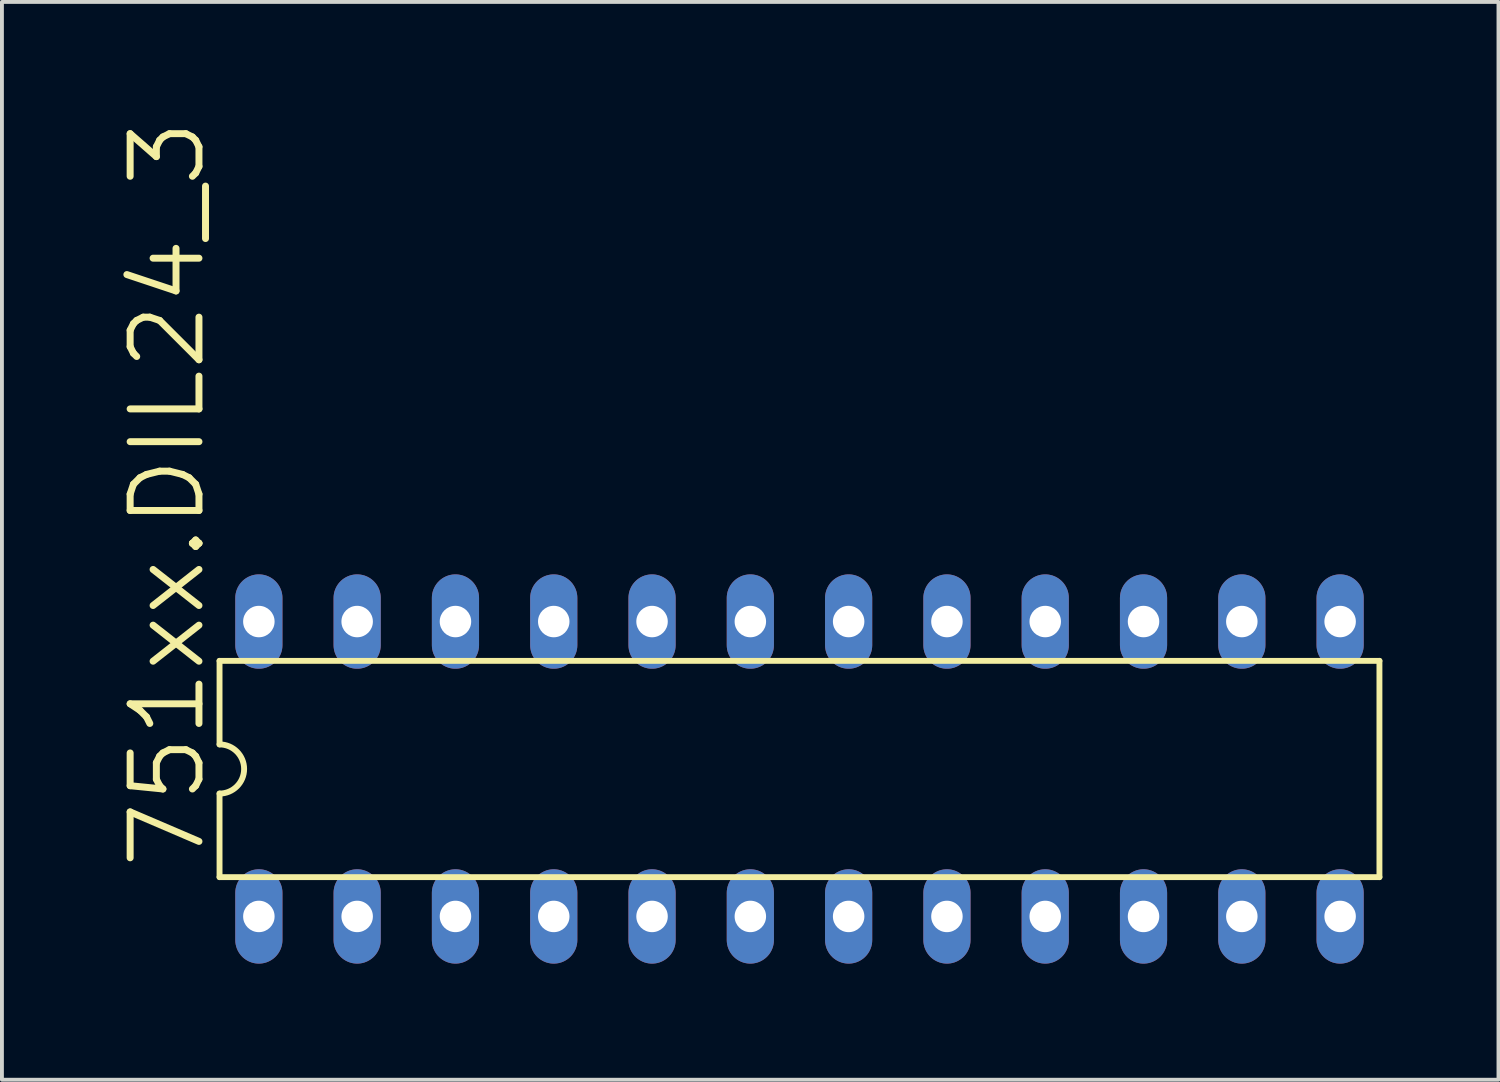
<source format=kicad_pcb>
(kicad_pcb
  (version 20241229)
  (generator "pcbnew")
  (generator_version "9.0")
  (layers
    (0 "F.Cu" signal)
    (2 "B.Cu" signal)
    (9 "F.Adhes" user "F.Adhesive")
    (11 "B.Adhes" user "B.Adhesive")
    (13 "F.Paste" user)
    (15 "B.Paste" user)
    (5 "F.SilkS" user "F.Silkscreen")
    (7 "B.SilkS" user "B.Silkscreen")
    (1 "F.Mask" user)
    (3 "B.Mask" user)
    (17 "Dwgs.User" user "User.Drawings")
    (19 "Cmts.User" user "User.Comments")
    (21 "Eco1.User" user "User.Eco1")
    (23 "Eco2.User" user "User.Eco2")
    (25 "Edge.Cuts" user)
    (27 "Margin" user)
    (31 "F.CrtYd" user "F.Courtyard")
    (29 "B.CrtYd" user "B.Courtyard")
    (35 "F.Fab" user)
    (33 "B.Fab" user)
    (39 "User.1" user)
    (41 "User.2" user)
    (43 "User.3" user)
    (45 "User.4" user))
  (footprint "751xx.DIL24_3"
    (layer "F.Cu")
    (at 17.609 16.821)
    (property "Reference" "751xx.DIL24_3" (at -15.291 2.667 90) (layer "F.SilkS") (effects (font (size 1.778 1.778) (thickness 0.18)) (justify left bottom)))
    (attr through_hole)
    (fp_line (start -14.986 -2.794) (end -14.986 -0.635) (stroke (width 0.152) (type default)) (layer "F.SilkS"))
    (fp_line (start -14.986 -2.794) (end 14.986 -2.794) (stroke (width 0.152) (type default)) (layer "F.SilkS"))
    (fp_line (start -14.986 0.635) (end -14.986 2.794) (stroke (width 0.152) (type default)) (layer "F.SilkS"))
    (fp_line (start -14.986 2.794) (end 14.986 2.794) (stroke (width 0.152) (type default)) (layer "F.SilkS"))
    (fp_line (start 14.986 2.794) (end 14.986 -2.794) (stroke (width 0.152) (type default)) (layer "F.SilkS"))
    (fp_arc (start -14.986 -0.635) (mid -14.351 0) (end -14.986 0.635) (stroke (width 0.1524) (type default)) (layer "F.SilkS"))
    (pad "1" thru_hole oval (at -13.97 3.81 90) (size 2.438 1.219) (drill 0.813) (layers "*.Cu" "*.Mask"))
    (pad "2" thru_hole oval (at -11.43 3.81 90) (size 2.438 1.219) (drill 0.813) (layers "*.Cu" "*.Mask"))
    (pad "3" thru_hole oval (at -8.89 3.81 90) (size 2.438 1.219) (drill 0.813) (layers "*.Cu" "*.Mask"))
    (pad "4" thru_hole oval (at -6.35 3.81 90) (size 2.438 1.219) (drill 0.813) (layers "*.Cu" "*.Mask"))
    (pad "5" thru_hole oval (at -3.81 3.81 90) (size 2.438 1.219) (drill 0.813) (layers "*.Cu" "*.Mask"))
    (pad "6" thru_hole oval (at -1.27 3.81 90) (size 2.438 1.219) (drill 0.813) (layers "*.Cu" "*.Mask"))
    (pad "7" thru_hole oval (at 1.27 3.81 90) (size 2.438 1.219) (drill 0.813) (layers "*.Cu" "*.Mask"))
    (pad "8" thru_hole oval (at 3.81 3.81 90) (size 2.438 1.219) (drill 0.813) (layers "*.Cu" "*.Mask"))
    (pad "9" thru_hole oval (at 6.35 3.81 90) (size 2.438 1.219) (drill 0.813) (layers "*.Cu" "*.Mask"))
    (pad "10" thru_hole oval (at 8.89 3.81 90) (size 2.438 1.219) (drill 0.813) (layers "*.Cu" "*.Mask"))
    (pad "11" thru_hole oval (at 11.43 3.81 90) (size 2.438 1.219) (drill 0.813) (layers "*.Cu" "*.Mask"))
    (pad "12" thru_hole oval (at 13.97 3.81 90) (size 2.438 1.219) (drill 0.813) (layers "*.Cu" "*.Mask"))
    (pad "13" thru_hole oval (at 13.97 -3.81 90) (size 2.438 1.219) (drill 0.813) (layers "*.Cu" "*.Mask"))
    (pad "14" thru_hole oval (at 11.43 -3.81 90) (size 2.438 1.219) (drill 0.813) (layers "*.Cu" "*.Mask"))
    (pad "15" thru_hole oval (at 8.89 -3.81 90) (size 2.438 1.219) (drill 0.813) (layers "*.Cu" "*.Mask"))
    (pad "16" thru_hole oval (at 6.35 -3.81 90) (size 2.438 1.219) (drill 0.813) (layers "*.Cu" "*.Mask"))
    (pad "17" thru_hole oval (at 3.81 -3.81 90) (size 2.438 1.219) (drill 0.813) (layers "*.Cu" "*.Mask"))
    (pad "18" thru_hole oval (at 1.27 -3.81 90) (size 2.438 1.219) (drill 0.813) (layers "*.Cu" "*.Mask"))
    (pad "19" thru_hole oval (at -1.27 -3.81 90) (size 2.438 1.219) (drill 0.813) (layers "*.Cu" "*.Mask"))
    (pad "20" thru_hole oval (at -3.81 -3.81 90) (size 2.438 1.219) (drill 0.813) (layers "*.Cu" "*.Mask"))
    (pad "21" thru_hole oval (at -6.35 -3.81 90) (size 2.438 1.219) (drill 0.813) (layers "*.Cu" "*.Mask"))
    (pad "22" thru_hole oval (at -8.89 -3.81 90) (size 2.438 1.219) (drill 0.813) (layers "*.Cu" "*.Mask"))
    (pad "23" thru_hole oval (at -11.43 -3.81 90) (size 2.438 1.219) (drill 0.813) (layers "*.Cu" "*.Mask"))
    (pad "24" thru_hole oval (at -13.97 -3.81 90) (size 2.438 1.219) (drill 0.813) (layers "*.Cu" "*.Mask")))
  (gr_rect
    (start -3 -3)
    (end 35.671 24.851)
    (stroke (width 0.1) (type default))
    (fill no)
    (layer "Edge.Cuts")))
</source>
